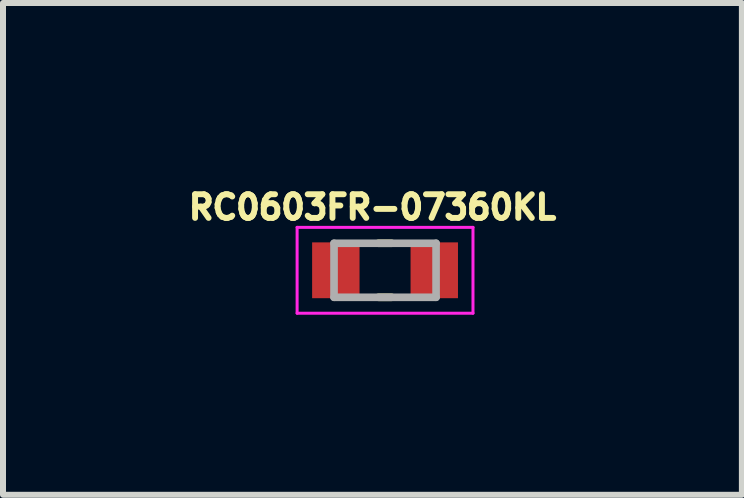
<source format=kicad_pcb>
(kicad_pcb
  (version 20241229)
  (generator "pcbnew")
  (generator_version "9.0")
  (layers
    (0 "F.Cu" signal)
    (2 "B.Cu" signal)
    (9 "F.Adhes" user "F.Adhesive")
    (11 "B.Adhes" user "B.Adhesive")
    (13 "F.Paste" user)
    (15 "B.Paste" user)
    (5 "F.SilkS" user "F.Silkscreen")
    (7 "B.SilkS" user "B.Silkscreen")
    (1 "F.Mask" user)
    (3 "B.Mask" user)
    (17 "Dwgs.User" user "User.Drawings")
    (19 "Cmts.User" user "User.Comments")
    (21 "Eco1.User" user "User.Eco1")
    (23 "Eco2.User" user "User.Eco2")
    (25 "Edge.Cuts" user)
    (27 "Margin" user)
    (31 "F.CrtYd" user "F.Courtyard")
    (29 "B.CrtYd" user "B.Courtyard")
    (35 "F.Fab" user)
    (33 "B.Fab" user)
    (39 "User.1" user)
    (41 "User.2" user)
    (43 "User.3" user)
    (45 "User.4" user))
  (footprint "RC0603FR-07360KL"
    (layer "F.Cu")
    (at 3.365 1.453)
    (property "Reference" "RC0603FR-07360KL" (at -0.21 -1.05 0) (layer "F.SilkS") (effects (font (size 0.394 0.394) (thickness 0.15))))
    (attr smd)
    (fp_line (start -0.11 -0.45) (end 0.11 -0.45) (stroke (width 0.127) (type solid)) (layer "F.SilkS"))
    (fp_line (start -0.11 0.45) (end 0.11 0.45) (stroke (width 0.127) (type solid)) (layer "F.SilkS"))
    (fp_line (start -1.465 -0.715) (end 1.465 -0.715) (stroke (width 0.05) (type solid)) (layer "F.CrtYd"))
    (fp_line (start -1.465 0.715) (end -1.465 -0.715) (stroke (width 0.05) (type solid)) (layer "F.CrtYd"))
    (fp_line (start -1.465 0.715) (end 1.465 0.715) (stroke (width 0.05) (type solid)) (layer "F.CrtYd"))
    (fp_line (start 1.465 0.715) (end 1.465 -0.715) (stroke (width 0.05) (type solid)) (layer "F.CrtYd"))
    (fp_line (start -0.85 0.45) (end -0.85 -0.45) (stroke (width 0.127) (type solid)) (layer "F.Fab"))
    (fp_line (start 0.85 -0.45) (end -0.85 -0.45) (stroke (width 0.127) (type solid)) (layer "F.Fab"))
    (fp_line (start 0.85 0.45) (end -0.85 0.45) (stroke (width 0.127) (type solid)) (layer "F.Fab"))
    (fp_line (start 0.85 0.45) (end 0.85 -0.45) (stroke (width 0.127) (type solid)) (layer "F.Fab"))
    (pad "1" smd rect (at -0.82 0) (size 0.79 0.93) (layers "F.Cu" "F.Mask" "F.Paste"))
    (pad "2" smd rect (at 0.82 0) (size 0.79 0.93) (layers "F.Cu" "F.Mask" "F.Paste")))
  (gr_rect
    (start -3 -3)
    (end 9.31 5.193)
    (stroke (width 0.1) (type default))
    (fill no)
    (layer "Edge.Cuts")))
</source>
